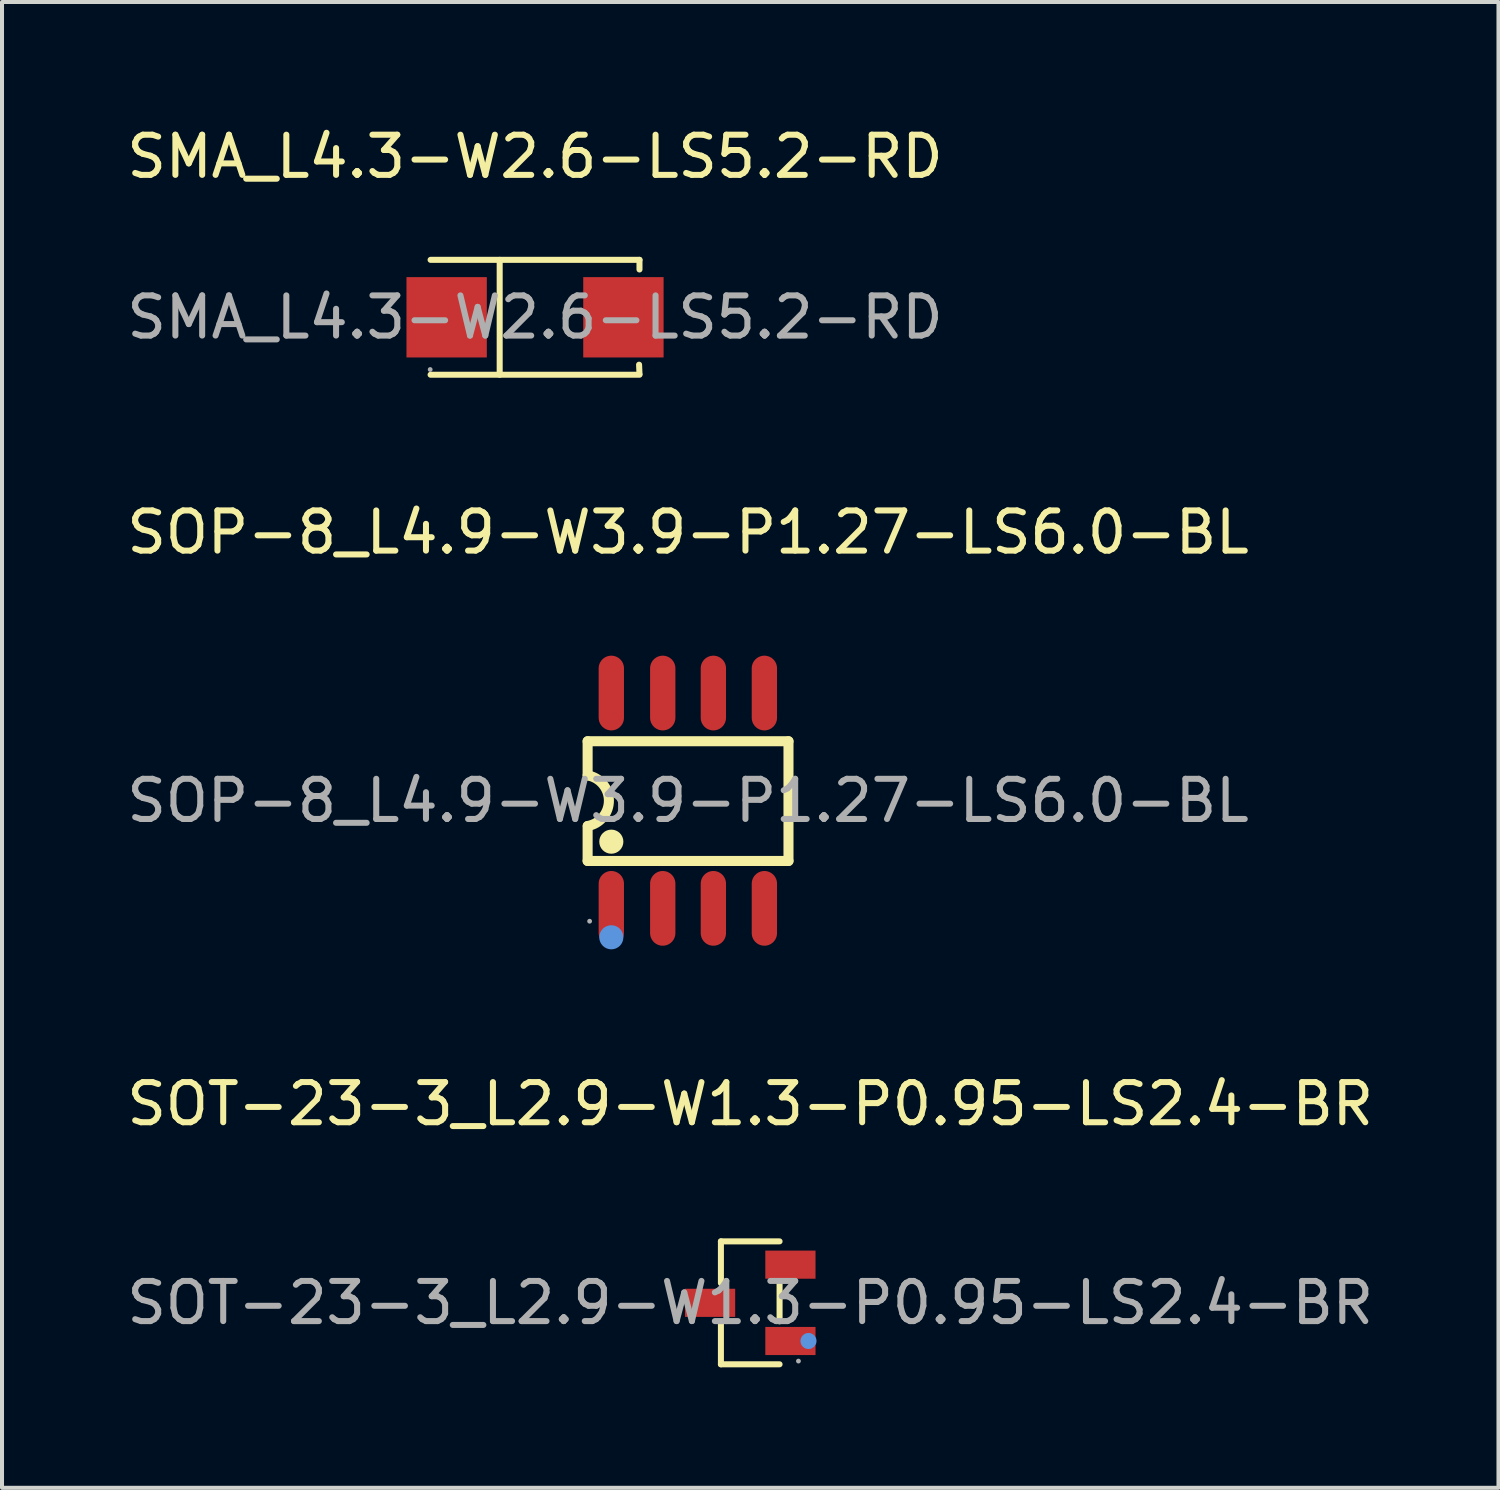
<source format=kicad_pcb>
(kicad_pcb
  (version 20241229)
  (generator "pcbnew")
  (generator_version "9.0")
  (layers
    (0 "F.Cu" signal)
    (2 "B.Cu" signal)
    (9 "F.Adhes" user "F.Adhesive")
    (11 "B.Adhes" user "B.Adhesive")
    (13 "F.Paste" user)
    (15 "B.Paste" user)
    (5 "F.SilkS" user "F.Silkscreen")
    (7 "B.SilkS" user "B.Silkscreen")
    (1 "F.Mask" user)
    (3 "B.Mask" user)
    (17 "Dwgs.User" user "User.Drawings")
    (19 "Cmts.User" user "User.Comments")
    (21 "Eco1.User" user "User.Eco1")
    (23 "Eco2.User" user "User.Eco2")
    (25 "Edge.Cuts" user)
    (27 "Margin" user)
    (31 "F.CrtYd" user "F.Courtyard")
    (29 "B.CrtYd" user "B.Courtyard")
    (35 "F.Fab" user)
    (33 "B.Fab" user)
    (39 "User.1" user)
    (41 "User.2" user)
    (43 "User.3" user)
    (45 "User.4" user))
  (footprint "SMA_L4.3-W2.6-LS5.2-RD"
    (layer "F.Cu")
    (at 10.268 4.848)
    (property "Reference" "SMA_L4.3-W2.6-LS5.2-RD" (at 0 -4 0) (layer "F.SilkS") (effects (font (size 1 1) (thickness 0.15))))
    (attr smd)
    (fp_line (start -2.6 -1.43) (end 2.6 -1.43) (stroke (width 0.15) (type solid)) (layer "F.SilkS"))
    (fp_line (start -2.6 1.43) (end 2.6 1.43) (stroke (width 0.15) (type solid)) (layer "F.SilkS"))
    (fp_line (start -0.88 -1.43) (end -0.88 1.43) (stroke (width 0.15) (type solid)) (layer "F.SilkS"))
    (fp_line (start 2.59 1.18) (end 2.6 1.41) (stroke (width 0.15) (type solid)) (layer "F.SilkS"))
    (fp_line (start 2.6 -1.43) (end 2.6 -1.19) (stroke (width 0.15) (type solid)) (layer "F.SilkS"))
    (fp_circle (center -2.61 1.3) (end -2.58 1.3) (stroke (width 0.06) (type solid)) (fill no) (layer "F.Fab"))
    (fp_text user "${REFERENCE}" (at 0 0 0) (layer "F.Fab") (effects (font (size 1 1) (thickness 0.15))))
    (pad "1" smd rect (at -2.2 0 180) (size 2 2) (layers "F.Cu" "F.Mask" "F.Paste"))
    (pad "2" smd rect (at 2.2 0 180) (size 2 2) (layers "F.Cu" "F.Mask" "F.Paste")))
  (footprint "SOP-8_L4.9-W3.9-P1.27-LS6.0-BL"
    (layer "F.Cu")
    (at 14.077 16.881)
    (property "Reference" "SOP-8_L4.9-W3.9-P1.27-LS6.0-BL" (at 0 -6.68 0) (layer "F.SilkS") (effects (font (size 1 1) (thickness 0.15))))
    (attr smd)
    (fp_line (start -2.5 -1.48) (end 2.5 -1.48) (stroke (width 0.25) (type solid)) (layer "F.SilkS"))
    (fp_line (start -2.5 -0.63) (end -2.5 -1.48) (stroke (width 0.25) (type solid)) (layer "F.SilkS"))
    (fp_line (start -2.5 0.63) (end -2.5 1.5) (stroke (width 0.25) (type solid)) (layer "F.SilkS"))
    (fp_line (start -2.5 1.5) (end 2.5 1.5) (stroke (width 0.25) (type solid)) (layer "F.SilkS"))
    (fp_line (start 2.5 1.5) (end 2.5 -1.48) (stroke (width 0.25) (type solid)) (layer "F.SilkS"))
    (fp_arc (start -2.5 -0.63) (mid -1.970474 -0.002632) (end -2.494818 0.629073) (stroke (width 0.25) (type solid)) (layer "F.SilkS"))
    (fp_circle (center -1.91 1.02) (end -1.76 1.02) (stroke (width 0.3) (type solid)) (fill no) (layer "F.SilkS"))
    (fp_circle (center -1.91 3.4) (end -1.76 3.4) (stroke (width 0.3) (type solid)) (fill no) (layer "Cmts.User"))
    (fp_circle (center -2.45 3) (end -2.42 3) (stroke (width 0.06) (type solid)) (fill no) (layer "F.Fab"))
    (fp_text user "${REFERENCE}" (at 0 0 0) (layer "F.Fab") (effects (font (size 1 1) (thickness 0.15))))
    (pad "1" smd oval (at -1.91 2.68) (size 0.63 1.86) (layers "F.Cu" "F.Mask" "F.Paste"))
    (pad "2" smd oval (at -0.63 2.68) (size 0.63 1.86) (layers "F.Cu" "F.Mask" "F.Paste"))
    (pad "3" smd oval (at 0.63 2.68) (size 0.63 1.86) (layers "F.Cu" "F.Mask" "F.Paste"))
    (pad "4" smd oval (at 1.9 2.68) (size 0.63 1.86) (layers "F.Cu" "F.Mask" "F.Paste"))
    (pad "5" smd oval (at 1.9 -2.68) (size 0.63 1.86) (layers "F.Cu" "F.Mask" "F.Paste"))
    (pad "6" smd oval (at 0.63 -2.68) (size 0.63 1.86) (layers "F.Cu" "F.Mask" "F.Paste"))
    (pad "7" smd oval (at -0.63 -2.68) (size 0.63 1.86) (layers "F.Cu" "F.Mask" "F.Paste"))
    (pad "8" smd oval (at -1.91 -2.68) (size 0.63 1.86) (layers "F.Cu" "F.Mask" "F.Paste")))
  (footprint "SOT-23-3_L2.9-W1.3-P0.95-LS2.4-BR"
    (layer "F.Cu")
    (at 15.625 29.38)
    (property "Reference" "SOT-23-3_L2.9-W1.3-P0.95-LS2.4-BR" (at 0 -4.95 0) (layer "F.SilkS") (effects (font (size 1 1) (thickness 0.15))))
    (attr smd)
    (fp_line (start -0.73 -1.53) (end -0.73 -0.49) (stroke (width 0.15) (type solid)) (layer "F.SilkS"))
    (fp_line (start -0.73 1.53) (end -0.73 0.49) (stroke (width 0.15) (type solid)) (layer "F.SilkS"))
    (fp_line (start 0.73 -1.53) (end -0.73 -1.53) (stroke (width 0.15) (type solid)) (layer "F.SilkS"))
    (fp_line (start 0.73 -0.46) (end 0.73 0.46) (stroke (width 0.15) (type solid)) (layer "F.SilkS"))
    (fp_line (start 0.73 1.53) (end -0.73 1.53) (stroke (width 0.15) (type solid)) (layer "F.SilkS"))
    (fp_circle (center 1.45 0.95) (end 1.55 0.95) (stroke (width 0.2) (type solid)) (fill no) (layer "Cmts.User"))
    (fp_circle (center 1.2 1.45) (end 1.23 1.45) (stroke (width 0.06) (type solid)) (fill no) (layer "F.Fab"))
    (fp_text user "${REFERENCE}" (at 0 0 0) (layer "F.Fab") (effects (font (size 1 1) (thickness 0.15))))
    (pad "1" smd rect (at 1 0.95) (size 1.25 0.7) (layers "F.Cu" "F.Mask" "F.Paste"))
    (pad "2" smd rect (at 1 -0.95) (size 1.25 0.7) (layers "F.Cu" "F.Mask" "F.Paste"))
    (pad "3" smd rect (at -1 0) (size 1.25 0.7) (layers "F.Cu" "F.Mask" "F.Paste")))
  (gr_rect
    (start -3 -3)
    (end 34.25 33.985)
    (stroke (width 0.1) (type default))
    (fill no)
    (layer "Edge.Cuts")))
</source>
